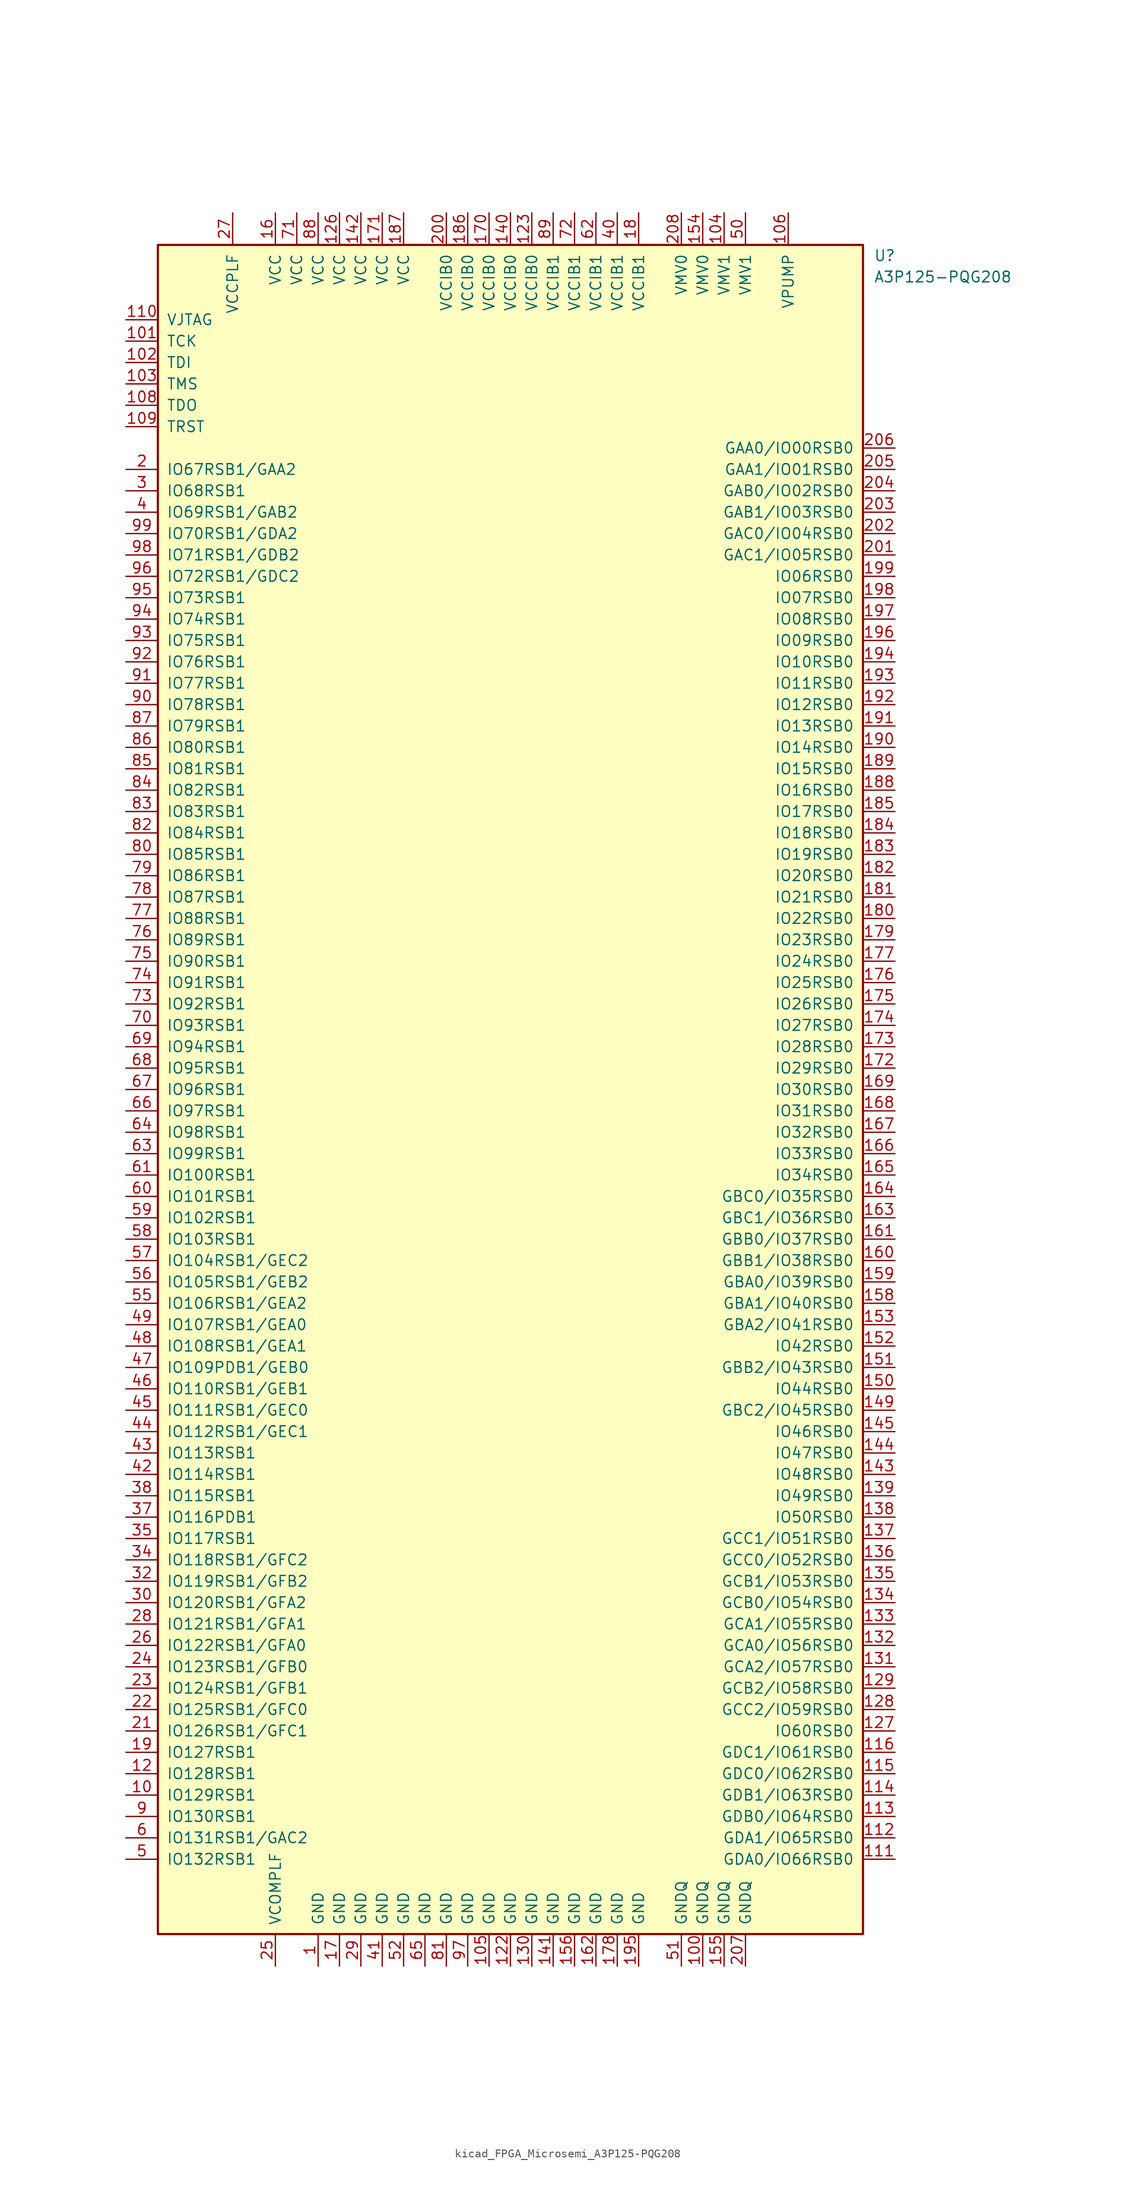
<source format=kicad_sym>
(kicad_symbol_lib
  (version 20220914)
  (generator kicad_symbol_editor)
  (symbol "kicad_FPGA_Microsemi_A3P125-PQG208"
    (pin_names
      (offset 1.016))
    (property "Reference" "U"
      (at 43.18 99.06 0)
      (effects (font (size 1.27 1.27)) (justify left)))
    (property "Value" "A3P125-PQG208"
      (at 43.18 96.52 0)
      (effects (font (size 1.27 1.27)) (justify left)))
    (symbol "kicad_FPGA_Microsemi_A3P125-PQG208_1_0"
      (rectangle (start -41.91 -100.33) (end 41.91 100.33) (stroke (width 0.254) (type default)) (fill (type background))))
    (symbol "kicad_FPGA_Microsemi_A3P125-PQG208_1_1"
      (pin power_in line (at -22.86 -104.14 90) (length 3.81) (name "GND" (effects (font (size 1.27 1.27)))) (number "1" (effects (font (size 1.27 1.27)))))
      (pin bidirectional line (at -45.72 -83.82 0) (length 3.81) (name "IO129RSB1" (effects (font (size 1.27 1.27)))) (number "10" (effects (font (size 1.27 1.27)))))
      (pin power_in line (at 22.86 -104.14 90) (length 3.81) (name "GNDQ" (effects (font (size 1.27 1.27)))) (number "100" (effects (font (size 1.27 1.27)))))
      (pin bidirectional line (at -45.72 88.9 0) (length 3.81) (name "TCK" (effects (font (size 1.27 1.27)))) (number "101" (effects (font (size 1.27 1.27)))))
      (pin bidirectional line (at -45.72 86.36 0) (length 3.81) (name "TDI" (effects (font (size 1.27 1.27)))) (number "102" (effects (font (size 1.27 1.27)))))
      (pin bidirectional line (at -45.72 83.82 0) (length 3.81) (name "TMS" (effects (font (size 1.27 1.27)))) (number "103" (effects (font (size 1.27 1.27)))))
      (pin power_in line (at 25.4 104.14 270) (length 3.81) (name "VMV1" (effects (font (size 1.27 1.27)))) (number "104" (effects (font (size 1.27 1.27)))))
      (pin power_in line (at -2.54 -104.14 90) (length 3.81) (name "GND" (effects (font (size 1.27 1.27)))) (number "105" (effects (font (size 1.27 1.27)))))
      (pin power_in line (at 33.02 104.14 270) (length 3.81) (name "VPUMP" (effects (font (size 1.27 1.27)))) (number "106" (effects (font (size 1.27 1.27)))))
      (pin bidirectional line (at -45.72 81.28 0) (length 3.81) (name "TDO" (effects (font (size 1.27 1.27)))) (number "108" (effects (font (size 1.27 1.27)))))
      (pin bidirectional line (at -45.72 78.74 0) (length 3.81) (name "TRST" (effects (font (size 1.27 1.27)))) (number "109" (effects (font (size 1.27 1.27)))))
      (pin power_in line (at -45.72 91.44 0) (length 3.81) (name "VJTAG" (effects (font (size 1.27 1.27)))) (number "110" (effects (font (size 1.27 1.27)))))
      (pin bidirectional line (at 45.72 -91.44 180) (length 3.81) (name "GDA0/IO66RSB0" (effects (font (size 1.27 1.27)))) (number "111" (effects (font (size 1.27 1.27)))))
      (pin bidirectional line (at 45.72 -88.9 180) (length 3.81) (name "GDA1/IO65RSB0" (effects (font (size 1.27 1.27)))) (number "112" (effects (font (size 1.27 1.27)))))
      (pin bidirectional line (at 45.72 -86.36 180) (length 3.81) (name "GDB0/IO64RSB0" (effects (font (size 1.27 1.27)))) (number "113" (effects (font (size 1.27 1.27)))))
      (pin bidirectional line (at 45.72 -83.82 180) (length 3.81) (name "GDB1/IO63RSB0" (effects (font (size 1.27 1.27)))) (number "114" (effects (font (size 1.27 1.27)))))
      (pin bidirectional line (at 45.72 -81.28 180) (length 3.81) (name "GDC0/IO62RSB0" (effects (font (size 1.27 1.27)))) (number "115" (effects (font (size 1.27 1.27)))))
      (pin bidirectional line (at 45.72 -78.74 180) (length 3.81) (name "GDC1/IO61RSB0" (effects (font (size 1.27 1.27)))) (number "116" (effects (font (size 1.27 1.27)))))
      (pin bidirectional line (at -45.72 -81.28 0) (length 3.81) (name "IO128RSB1" (effects (font (size 1.27 1.27)))) (number "12" (effects (font (size 1.27 1.27)))))
      (pin power_in line (at 0 -104.14 90) (length 3.81) (name "GND" (effects (font (size 1.27 1.27)))) (number "122" (effects (font (size 1.27 1.27)))))
      (pin power_in line (at 2.54 104.14 270) (length 3.81) (name "VCCIB0" (effects (font (size 1.27 1.27)))) (number "123" (effects (font (size 1.27 1.27)))))
      (pin power_in line (at -20.32 104.14 270) (length 3.81) (name "VCC" (effects (font (size 1.27 1.27)))) (number "126" (effects (font (size 1.27 1.27)))))
      (pin bidirectional line (at 45.72 -76.2 180) (length 3.81) (name "IO60RSB0" (effects (font (size 1.27 1.27)))) (number "127" (effects (font (size 1.27 1.27)))))
      (pin bidirectional line (at 45.72 -73.66 180) (length 3.81) (name "GCC2/IO59RSB0" (effects (font (size 1.27 1.27)))) (number "128" (effects (font (size 1.27 1.27)))))
      (pin bidirectional line (at 45.72 -71.12 180) (length 3.81) (name "GCB2/IO58RSB0" (effects (font (size 1.27 1.27)))) (number "129" (effects (font (size 1.27 1.27)))))
      (pin power_in line (at 2.54 -104.14 90) (length 3.81) (name "GND" (effects (font (size 1.27 1.27)))) (number "130" (effects (font (size 1.27 1.27)))))
      (pin bidirectional line (at 45.72 -68.58 180) (length 3.81) (name "GCA2/IO57RSB0" (effects (font (size 1.27 1.27)))) (number "131" (effects (font (size 1.27 1.27)))))
      (pin bidirectional line (at 45.72 -66.04 180) (length 3.81) (name "GCA0/IO56RSB0" (effects (font (size 1.27 1.27)))) (number "132" (effects (font (size 1.27 1.27)))))
      (pin bidirectional line (at 45.72 -63.5 180) (length 3.81) (name "GCA1/IO55RSB0" (effects (font (size 1.27 1.27)))) (number "133" (effects (font (size 1.27 1.27)))))
      (pin bidirectional line (at 45.72 -60.96 180) (length 3.81) (name "GCB0/IO54RSB0" (effects (font (size 1.27 1.27)))) (number "134" (effects (font (size 1.27 1.27)))))
      (pin bidirectional line (at 45.72 -58.42 180) (length 3.81) (name "GCB1/IO53RSB0" (effects (font (size 1.27 1.27)))) (number "135" (effects (font (size 1.27 1.27)))))
      (pin bidirectional line (at 45.72 -55.88 180) (length 3.81) (name "GCC0/IO52RSB0" (effects (font (size 1.27 1.27)))) (number "136" (effects (font (size 1.27 1.27)))))
      (pin bidirectional line (at 45.72 -53.34 180) (length 3.81) (name "GCC1/IO51RSB0" (effects (font (size 1.27 1.27)))) (number "137" (effects (font (size 1.27 1.27)))))
      (pin bidirectional line (at 45.72 -50.8 180) (length 3.81) (name "IO50RSB0" (effects (font (size 1.27 1.27)))) (number "138" (effects (font (size 1.27 1.27)))))
      (pin bidirectional line (at 45.72 -48.26 180) (length 3.81) (name "IO49RSB0" (effects (font (size 1.27 1.27)))) (number "139" (effects (font (size 1.27 1.27)))))
      (pin power_in line (at 0 104.14 270) (length 3.81) (name "VCCIB0" (effects (font (size 1.27 1.27)))) (number "140" (effects (font (size 1.27 1.27)))))
      (pin power_in line (at 5.08 -104.14 90) (length 3.81) (name "GND" (effects (font (size 1.27 1.27)))) (number "141" (effects (font (size 1.27 1.27)))))
      (pin power_in line (at -17.78 104.14 270) (length 3.81) (name "VCC" (effects (font (size 1.27 1.27)))) (number "142" (effects (font (size 1.27 1.27)))))
      (pin bidirectional line (at 45.72 -45.72 180) (length 3.81) (name "IO48RSB0" (effects (font (size 1.27 1.27)))) (number "143" (effects (font (size 1.27 1.27)))))
      (pin bidirectional line (at 45.72 -43.18 180) (length 3.81) (name "IO47RSB0" (effects (font (size 1.27 1.27)))) (number "144" (effects (font (size 1.27 1.27)))))
      (pin bidirectional line (at 45.72 -40.64 180) (length 3.81) (name "IO46RSB0" (effects (font (size 1.27 1.27)))) (number "145" (effects (font (size 1.27 1.27)))))
      (pin bidirectional line (at 45.72 -38.1 180) (length 3.81) (name "GBC2/IO45RSB0" (effects (font (size 1.27 1.27)))) (number "149" (effects (font (size 1.27 1.27)))))
      (pin bidirectional line (at 45.72 -35.56 180) (length 3.81) (name "IO44RSB0" (effects (font (size 1.27 1.27)))) (number "150" (effects (font (size 1.27 1.27)))))
      (pin bidirectional line (at 45.72 -33.02 180) (length 3.81) (name "GBB2/IO43RSB0" (effects (font (size 1.27 1.27)))) (number "151" (effects (font (size 1.27 1.27)))))
      (pin bidirectional line (at 45.72 -30.48 180) (length 3.81) (name "IO42RSB0" (effects (font (size 1.27 1.27)))) (number "152" (effects (font (size 1.27 1.27)))))
      (pin bidirectional line (at 45.72 -27.94 180) (length 3.81) (name "GBA2/IO41RSB0" (effects (font (size 1.27 1.27)))) (number "153" (effects (font (size 1.27 1.27)))))
      (pin power_in line (at 22.86 104.14 270) (length 3.81) (name "VMV0" (effects (font (size 1.27 1.27)))) (number "154" (effects (font (size 1.27 1.27)))))
      (pin power_in line (at 25.4 -104.14 90) (length 3.81) (name "GNDQ" (effects (font (size 1.27 1.27)))) (number "155" (effects (font (size 1.27 1.27)))))
      (pin power_in line (at 7.62 -104.14 90) (length 3.81) (name "GND" (effects (font (size 1.27 1.27)))) (number "156" (effects (font (size 1.27 1.27)))))
      (pin bidirectional line (at 45.72 -25.4 180) (length 3.81) (name "GBA1/IO40RSB0" (effects (font (size 1.27 1.27)))) (number "158" (effects (font (size 1.27 1.27)))))
      (pin bidirectional line (at 45.72 -22.86 180) (length 3.81) (name "GBA0/IO39RSB0" (effects (font (size 1.27 1.27)))) (number "159" (effects (font (size 1.27 1.27)))))
      (pin power_in line (at -27.94 104.14 270) (length 3.81) (name "VCC" (effects (font (size 1.27 1.27)))) (number "16" (effects (font (size 1.27 1.27)))))
      (pin bidirectional line (at 45.72 -20.32 180) (length 3.81) (name "GBB1/IO38RSB0" (effects (font (size 1.27 1.27)))) (number "160" (effects (font (size 1.27 1.27)))))
      (pin bidirectional line (at 45.72 -17.78 180) (length 3.81) (name "GBB0/IO37RSB0" (effects (font (size 1.27 1.27)))) (number "161" (effects (font (size 1.27 1.27)))))
      (pin power_in line (at 10.16 -104.14 90) (length 3.81) (name "GND" (effects (font (size 1.27 1.27)))) (number "162" (effects (font (size 1.27 1.27)))))
      (pin bidirectional line (at 45.72 -15.24 180) (length 3.81) (name "GBC1/IO36RSB0" (effects (font (size 1.27 1.27)))) (number "163" (effects (font (size 1.27 1.27)))))
      (pin bidirectional line (at 45.72 -12.7 180) (length 3.81) (name "GBC0/IO35RSB0" (effects (font (size 1.27 1.27)))) (number "164" (effects (font (size 1.27 1.27)))))
      (pin bidirectional line (at 45.72 -10.16 180) (length 3.81) (name "IO34RSB0" (effects (font (size 1.27 1.27)))) (number "165" (effects (font (size 1.27 1.27)))))
      (pin bidirectional line (at 45.72 -7.62 180) (length 3.81) (name "IO33RSB0" (effects (font (size 1.27 1.27)))) (number "166" (effects (font (size 1.27 1.27)))))
      (pin bidirectional line (at 45.72 -5.08 180) (length 3.81) (name "IO32RSB0" (effects (font (size 1.27 1.27)))) (number "167" (effects (font (size 1.27 1.27)))))
      (pin bidirectional line (at 45.72 -2.54 180) (length 3.81) (name "IO31RSB0" (effects (font (size 1.27 1.27)))) (number "168" (effects (font (size 1.27 1.27)))))
      (pin bidirectional line (at 45.72 0 180) (length 3.81) (name "IO30RSB0" (effects (font (size 1.27 1.27)))) (number "169" (effects (font (size 1.27 1.27)))))
      (pin power_in line (at -20.32 -104.14 90) (length 3.81) (name "GND" (effects (font (size 1.27 1.27)))) (number "17" (effects (font (size 1.27 1.27)))))
      (pin power_in line (at -2.54 104.14 270) (length 3.81) (name "VCCIB0" (effects (font (size 1.27 1.27)))) (number "170" (effects (font (size 1.27 1.27)))))
      (pin power_in line (at -15.24 104.14 270) (length 3.81) (name "VCC" (effects (font (size 1.27 1.27)))) (number "171" (effects (font (size 1.27 1.27)))))
      (pin bidirectional line (at 45.72 2.54 180) (length 3.81) (name "IO29RSB0" (effects (font (size 1.27 1.27)))) (number "172" (effects (font (size 1.27 1.27)))))
      (pin bidirectional line (at 45.72 5.08 180) (length 3.81) (name "IO28RSB0" (effects (font (size 1.27 1.27)))) (number "173" (effects (font (size 1.27 1.27)))))
      (pin bidirectional line (at 45.72 7.62 180) (length 3.81) (name "IO27RSB0" (effects (font (size 1.27 1.27)))) (number "174" (effects (font (size 1.27 1.27)))))
      (pin bidirectional line (at 45.72 10.16 180) (length 3.81) (name "IO26RSB0" (effects (font (size 1.27 1.27)))) (number "175" (effects (font (size 1.27 1.27)))))
      (pin bidirectional line (at 45.72 12.7 180) (length 3.81) (name "IO25RSB0" (effects (font (size 1.27 1.27)))) (number "176" (effects (font (size 1.27 1.27)))))
      (pin bidirectional line (at 45.72 15.24 180) (length 3.81) (name "IO24RSB0" (effects (font (size 1.27 1.27)))) (number "177" (effects (font (size 1.27 1.27)))))
      (pin power_in line (at 12.7 -104.14 90) (length 3.81) (name "GND" (effects (font (size 1.27 1.27)))) (number "178" (effects (font (size 1.27 1.27)))))
      (pin bidirectional line (at 45.72 17.78 180) (length 3.81) (name "IO23RSB0" (effects (font (size 1.27 1.27)))) (number "179" (effects (font (size 1.27 1.27)))))
      (pin power_in line (at 15.24 104.14 270) (length 3.81) (name "VCCIB1" (effects (font (size 1.27 1.27)))) (number "18" (effects (font (size 1.27 1.27)))))
      (pin bidirectional line (at 45.72 20.32 180) (length 3.81) (name "IO22RSB0" (effects (font (size 1.27 1.27)))) (number "180" (effects (font (size 1.27 1.27)))))
      (pin bidirectional line (at 45.72 22.86 180) (length 3.81) (name "IO21RSB0" (effects (font (size 1.27 1.27)))) (number "181" (effects (font (size 1.27 1.27)))))
      (pin bidirectional line (at 45.72 25.4 180) (length 3.81) (name "IO20RSB0" (effects (font (size 1.27 1.27)))) (number "182" (effects (font (size 1.27 1.27)))))
      (pin bidirectional line (at 45.72 27.94 180) (length 3.81) (name "IO19RSB0" (effects (font (size 1.27 1.27)))) (number "183" (effects (font (size 1.27 1.27)))))
      (pin bidirectional line (at 45.72 30.48 180) (length 3.81) (name "IO18RSB0" (effects (font (size 1.27 1.27)))) (number "184" (effects (font (size 1.27 1.27)))))
      (pin bidirectional line (at 45.72 33.02 180) (length 3.81) (name "IO17RSB0" (effects (font (size 1.27 1.27)))) (number "185" (effects (font (size 1.27 1.27)))))
      (pin power_in line (at -5.08 104.14 270) (length 3.81) (name "VCCIB0" (effects (font (size 1.27 1.27)))) (number "186" (effects (font (size 1.27 1.27)))))
      (pin power_in line (at -12.7 104.14 270) (length 3.81) (name "VCC" (effects (font (size 1.27 1.27)))) (number "187" (effects (font (size 1.27 1.27)))))
      (pin bidirectional line (at 45.72 35.56 180) (length 3.81) (name "IO16RSB0" (effects (font (size 1.27 1.27)))) (number "188" (effects (font (size 1.27 1.27)))))
      (pin bidirectional line (at 45.72 38.1 180) (length 3.81) (name "IO15RSB0" (effects (font (size 1.27 1.27)))) (number "189" (effects (font (size 1.27 1.27)))))
      (pin bidirectional line (at -45.72 -78.74 0) (length 3.81) (name "IO127RSB1" (effects (font (size 1.27 1.27)))) (number "19" (effects (font (size 1.27 1.27)))))
      (pin bidirectional line (at 45.72 40.64 180) (length 3.81) (name "IO14RSB0" (effects (font (size 1.27 1.27)))) (number "190" (effects (font (size 1.27 1.27)))))
      (pin bidirectional line (at 45.72 43.18 180) (length 3.81) (name "IO13RSB0" (effects (font (size 1.27 1.27)))) (number "191" (effects (font (size 1.27 1.27)))))
      (pin bidirectional line (at 45.72 45.72 180) (length 3.81) (name "IO12RSB0" (effects (font (size 1.27 1.27)))) (number "192" (effects (font (size 1.27 1.27)))))
      (pin bidirectional line (at 45.72 48.26 180) (length 3.81) (name "IO11RSB0" (effects (font (size 1.27 1.27)))) (number "193" (effects (font (size 1.27 1.27)))))
      (pin bidirectional line (at 45.72 50.8 180) (length 3.81) (name "IO10RSB0" (effects (font (size 1.27 1.27)))) (number "194" (effects (font (size 1.27 1.27)))))
      (pin power_in line (at 15.24 -104.14 90) (length 3.81) (name "GND" (effects (font (size 1.27 1.27)))) (number "195" (effects (font (size 1.27 1.27)))))
      (pin bidirectional line (at 45.72 53.34 180) (length 3.81) (name "IO09RSB0" (effects (font (size 1.27 1.27)))) (number "196" (effects (font (size 1.27 1.27)))))
      (pin bidirectional line (at 45.72 55.88 180) (length 3.81) (name "IO08RSB0" (effects (font (size 1.27 1.27)))) (number "197" (effects (font (size 1.27 1.27)))))
      (pin bidirectional line (at 45.72 58.42 180) (length 3.81) (name "IO07RSB0" (effects (font (size 1.27 1.27)))) (number "198" (effects (font (size 1.27 1.27)))))
      (pin bidirectional line (at 45.72 60.96 180) (length 3.81) (name "IO06RSB0" (effects (font (size 1.27 1.27)))) (number "199" (effects (font (size 1.27 1.27)))))
      (pin bidirectional line (at -45.72 73.66 0) (length 3.81) (name "IO67RSB1/GAA2" (effects (font (size 1.27 1.27)))) (number "2" (effects (font (size 1.27 1.27)))))
      (pin power_in line (at -7.62 104.14 270) (length 3.81) (name "VCCIB0" (effects (font (size 1.27 1.27)))) (number "200" (effects (font (size 1.27 1.27)))))
      (pin bidirectional line (at 45.72 63.5 180) (length 3.81) (name "GAC1/IO05RSB0" (effects (font (size 1.27 1.27)))) (number "201" (effects (font (size 1.27 1.27)))))
      (pin bidirectional line (at 45.72 66.04 180) (length 3.81) (name "GAC0/IO04RSB0" (effects (font (size 1.27 1.27)))) (number "202" (effects (font (size 1.27 1.27)))))
      (pin bidirectional line (at 45.72 68.58 180) (length 3.81) (name "GAB1/IO03RSB0" (effects (font (size 1.27 1.27)))) (number "203" (effects (font (size 1.27 1.27)))))
      (pin bidirectional line (at 45.72 71.12 180) (length 3.81) (name "GAB0/IO02RSB0" (effects (font (size 1.27 1.27)))) (number "204" (effects (font (size 1.27 1.27)))))
      (pin bidirectional line (at 45.72 73.66 180) (length 3.81) (name "GAA1/IO01RSB0" (effects (font (size 1.27 1.27)))) (number "205" (effects (font (size 1.27 1.27)))))
      (pin bidirectional line (at 45.72 76.2 180) (length 3.81) (name "GAA0/IO00RSB0" (effects (font (size 1.27 1.27)))) (number "206" (effects (font (size 1.27 1.27)))))
      (pin power_in line (at 27.94 -104.14 90) (length 3.81) (name "GNDQ" (effects (font (size 1.27 1.27)))) (number "207" (effects (font (size 1.27 1.27)))))
      (pin power_in line (at 20.32 104.14 270) (length 3.81) (name "VMV0" (effects (font (size 1.27 1.27)))) (number "208" (effects (font (size 1.27 1.27)))))
      (pin bidirectional line (at -45.72 -76.2 0) (length 3.81) (name "IO126RSB1/GFC1" (effects (font (size 1.27 1.27)))) (number "21" (effects (font (size 1.27 1.27)))))
      (pin bidirectional line (at -45.72 -73.66 0) (length 3.81) (name "IO125RSB1/GFC0" (effects (font (size 1.27 1.27)))) (number "22" (effects (font (size 1.27 1.27)))))
      (pin bidirectional line (at -45.72 -71.12 0) (length 3.81) (name "IO124RSB1/GFB1" (effects (font (size 1.27 1.27)))) (number "23" (effects (font (size 1.27 1.27)))))
      (pin bidirectional line (at -45.72 -68.58 0) (length 3.81) (name "IO123RSB1/GFB0" (effects (font (size 1.27 1.27)))) (number "24" (effects (font (size 1.27 1.27)))))
      (pin power_in line (at -27.94 -104.14 90) (length 3.81) (name "VCOMPLF" (effects (font (size 1.27 1.27)))) (number "25" (effects (font (size 1.27 1.27)))))
      (pin bidirectional line (at -45.72 -66.04 0) (length 3.81) (name "IO122RSB1/GFA0" (effects (font (size 1.27 1.27)))) (number "26" (effects (font (size 1.27 1.27)))))
      (pin power_in line (at -33.02 104.14 270) (length 3.81) (name "VCCPLF" (effects (font (size 1.27 1.27)))) (number "27" (effects (font (size 1.27 1.27)))))
      (pin bidirectional line (at -45.72 -63.5 0) (length 3.81) (name "IO121RSB1/GFA1" (effects (font (size 1.27 1.27)))) (number "28" (effects (font (size 1.27 1.27)))))
      (pin power_in line (at -17.78 -104.14 90) (length 3.81) (name "GND" (effects (font (size 1.27 1.27)))) (number "29" (effects (font (size 1.27 1.27)))))
      (pin bidirectional line (at -45.72 71.12 0) (length 3.81) (name "IO68RSB1" (effects (font (size 1.27 1.27)))) (number "3" (effects (font (size 1.27 1.27)))))
      (pin bidirectional line (at -45.72 -60.96 0) (length 3.81) (name "IO120RSB1/GFA2" (effects (font (size 1.27 1.27)))) (number "30" (effects (font (size 1.27 1.27)))))
      (pin bidirectional line (at -45.72 -58.42 0) (length 3.81) (name "IO119RSB1/GFB2" (effects (font (size 1.27 1.27)))) (number "32" (effects (font (size 1.27 1.27)))))
      (pin bidirectional line (at -45.72 -55.88 0) (length 3.81) (name "IO118RSB1/GFC2" (effects (font (size 1.27 1.27)))) (number "34" (effects (font (size 1.27 1.27)))))
      (pin bidirectional line (at -45.72 -53.34 0) (length 3.81) (name "IO117RSB1" (effects (font (size 1.27 1.27)))) (number "35" (effects (font (size 1.27 1.27)))))
      (pin bidirectional line (at -45.72 -50.8 0) (length 3.81) (name "IO116PDB1" (effects (font (size 1.27 1.27)))) (number "37" (effects (font (size 1.27 1.27)))))
      (pin bidirectional line (at -45.72 -48.26 0) (length 3.81) (name "IO115RSB1" (effects (font (size 1.27 1.27)))) (number "38" (effects (font (size 1.27 1.27)))))
      (pin bidirectional line (at -45.72 68.58 0) (length 3.81) (name "IO69RSB1/GAB2" (effects (font (size 1.27 1.27)))) (number "4" (effects (font (size 1.27 1.27)))))
      (pin power_in line (at 12.7 104.14 270) (length 3.81) (name "VCCIB1" (effects (font (size 1.27 1.27)))) (number "40" (effects (font (size 1.27 1.27)))))
      (pin power_in line (at -15.24 -104.14 90) (length 3.81) (name "GND" (effects (font (size 1.27 1.27)))) (number "41" (effects (font (size 1.27 1.27)))))
      (pin bidirectional line (at -45.72 -45.72 0) (length 3.81) (name "IO114RSB1" (effects (font (size 1.27 1.27)))) (number "42" (effects (font (size 1.27 1.27)))))
      (pin bidirectional line (at -45.72 -43.18 0) (length 3.81) (name "IO113RSB1" (effects (font (size 1.27 1.27)))) (number "43" (effects (font (size 1.27 1.27)))))
      (pin bidirectional line (at -45.72 -40.64 0) (length 3.81) (name "IO112RSB1/GEC1" (effects (font (size 1.27 1.27)))) (number "44" (effects (font (size 1.27 1.27)))))
      (pin bidirectional line (at -45.72 -38.1 0) (length 3.81) (name "IO111RSB1/GEC0" (effects (font (size 1.27 1.27)))) (number "45" (effects (font (size 1.27 1.27)))))
      (pin bidirectional line (at -45.72 -35.56 0) (length 3.81) (name "IO110RSB1/GEB1" (effects (font (size 1.27 1.27)))) (number "46" (effects (font (size 1.27 1.27)))))
      (pin bidirectional line (at -45.72 -33.02 0) (length 3.81) (name "IO109PDB1/GEB0" (effects (font (size 1.27 1.27)))) (number "47" (effects (font (size 1.27 1.27)))))
      (pin bidirectional line (at -45.72 -30.48 0) (length 3.81) (name "IO108RSB1/GEA1" (effects (font (size 1.27 1.27)))) (number "48" (effects (font (size 1.27 1.27)))))
      (pin bidirectional line (at -45.72 -27.94 0) (length 3.81) (name "IO107RSB1/GEA0" (effects (font (size 1.27 1.27)))) (number "49" (effects (font (size 1.27 1.27)))))
      (pin bidirectional line (at -45.72 -91.44 0) (length 3.81) (name "IO132RSB1" (effects (font (size 1.27 1.27)))) (number "5" (effects (font (size 1.27 1.27)))))
      (pin power_in line (at 27.94 104.14 270) (length 3.81) (name "VMV1" (effects (font (size 1.27 1.27)))) (number "50" (effects (font (size 1.27 1.27)))))
      (pin power_in line (at 20.32 -104.14 90) (length 3.81) (name "GNDQ" (effects (font (size 1.27 1.27)))) (number "51" (effects (font (size 1.27 1.27)))))
      (pin power_in line (at -12.7 -104.14 90) (length 3.81) (name "GND" (effects (font (size 1.27 1.27)))) (number "52" (effects (font (size 1.27 1.27)))))
      (pin bidirectional line (at -45.72 -25.4 0) (length 3.81) (name "IO106RSB1/GEA2" (effects (font (size 1.27 1.27)))) (number "55" (effects (font (size 1.27 1.27)))))
      (pin bidirectional line (at -45.72 -22.86 0) (length 3.81) (name "IO105RSB1/GEB2" (effects (font (size 1.27 1.27)))) (number "56" (effects (font (size 1.27 1.27)))))
      (pin bidirectional line (at -45.72 -20.32 0) (length 3.81) (name "IO104RSB1/GEC2" (effects (font (size 1.27 1.27)))) (number "57" (effects (font (size 1.27 1.27)))))
      (pin bidirectional line (at -45.72 -17.78 0) (length 3.81) (name "IO103RSB1" (effects (font (size 1.27 1.27)))) (number "58" (effects (font (size 1.27 1.27)))))
      (pin bidirectional line (at -45.72 -15.24 0) (length 3.81) (name "IO102RSB1" (effects (font (size 1.27 1.27)))) (number "59" (effects (font (size 1.27 1.27)))))
      (pin bidirectional line (at -45.72 -88.9 0) (length 3.81) (name "IO131RSB1/GAC2" (effects (font (size 1.27 1.27)))) (number "6" (effects (font (size 1.27 1.27)))))
      (pin bidirectional line (at -45.72 -12.7 0) (length 3.81) (name "IO101RSB1" (effects (font (size 1.27 1.27)))) (number "60" (effects (font (size 1.27 1.27)))))
      (pin bidirectional line (at -45.72 -10.16 0) (length 3.81) (name "IO100RSB1" (effects (font (size 1.27 1.27)))) (number "61" (effects (font (size 1.27 1.27)))))
      (pin power_in line (at 10.16 104.14 270) (length 3.81) (name "VCCIB1" (effects (font (size 1.27 1.27)))) (number "62" (effects (font (size 1.27 1.27)))))
      (pin bidirectional line (at -45.72 -7.62 0) (length 3.81) (name "IO99RSB1" (effects (font (size 1.27 1.27)))) (number "63" (effects (font (size 1.27 1.27)))))
      (pin bidirectional line (at -45.72 -5.08 0) (length 3.81) (name "IO98RSB1" (effects (font (size 1.27 1.27)))) (number "64" (effects (font (size 1.27 1.27)))))
      (pin power_in line (at -10.16 -104.14 90) (length 3.81) (name "GND" (effects (font (size 1.27 1.27)))) (number "65" (effects (font (size 1.27 1.27)))))
      (pin bidirectional line (at -45.72 -2.54 0) (length 3.81) (name "IO97RSB1" (effects (font (size 1.27 1.27)))) (number "66" (effects (font (size 1.27 1.27)))))
      (pin bidirectional line (at -45.72 0 0) (length 3.81) (name "IO96RSB1" (effects (font (size 1.27 1.27)))) (number "67" (effects (font (size 1.27 1.27)))))
      (pin bidirectional line (at -45.72 2.54 0) (length 3.81) (name "IO95RSB1" (effects (font (size 1.27 1.27)))) (number "68" (effects (font (size 1.27 1.27)))))
      (pin bidirectional line (at -45.72 5.08 0) (length 3.81) (name "IO94RSB1" (effects (font (size 1.27 1.27)))) (number "69" (effects (font (size 1.27 1.27)))))
      (pin bidirectional line (at -45.72 7.62 0) (length 3.81) (name "IO93RSB1" (effects (font (size 1.27 1.27)))) (number "70" (effects (font (size 1.27 1.27)))))
      (pin power_in line (at -25.4 104.14 270) (length 3.81) (name "VCC" (effects (font (size 1.27 1.27)))) (number "71" (effects (font (size 1.27 1.27)))))
      (pin power_in line (at 7.62 104.14 270) (length 3.81) (name "VCCIB1" (effects (font (size 1.27 1.27)))) (number "72" (effects (font (size 1.27 1.27)))))
      (pin bidirectional line (at -45.72 10.16 0) (length 3.81) (name "IO92RSB1" (effects (font (size 1.27 1.27)))) (number "73" (effects (font (size 1.27 1.27)))))
      (pin bidirectional line (at -45.72 12.7 0) (length 3.81) (name "IO91RSB1" (effects (font (size 1.27 1.27)))) (number "74" (effects (font (size 1.27 1.27)))))
      (pin bidirectional line (at -45.72 15.24 0) (length 3.81) (name "IO90RSB1" (effects (font (size 1.27 1.27)))) (number "75" (effects (font (size 1.27 1.27)))))
      (pin bidirectional line (at -45.72 17.78 0) (length 3.81) (name "IO89RSB1" (effects (font (size 1.27 1.27)))) (number "76" (effects (font (size 1.27 1.27)))))
      (pin bidirectional line (at -45.72 20.32 0) (length 3.81) (name "IO88RSB1" (effects (font (size 1.27 1.27)))) (number "77" (effects (font (size 1.27 1.27)))))
      (pin bidirectional line (at -45.72 22.86 0) (length 3.81) (name "IO87RSB1" (effects (font (size 1.27 1.27)))) (number "78" (effects (font (size 1.27 1.27)))))
      (pin bidirectional line (at -45.72 25.4 0) (length 3.81) (name "IO86RSB1" (effects (font (size 1.27 1.27)))) (number "79" (effects (font (size 1.27 1.27)))))
      (pin bidirectional line (at -45.72 27.94 0) (length 3.81) (name "IO85RSB1" (effects (font (size 1.27 1.27)))) (number "80" (effects (font (size 1.27 1.27)))))
      (pin power_in line (at -7.62 -104.14 90) (length 3.81) (name "GND" (effects (font (size 1.27 1.27)))) (number "81" (effects (font (size 1.27 1.27)))))
      (pin bidirectional line (at -45.72 30.48 0) (length 3.81) (name "IO84RSB1" (effects (font (size 1.27 1.27)))) (number "82" (effects (font (size 1.27 1.27)))))
      (pin bidirectional line (at -45.72 33.02 0) (length 3.81) (name "IO83RSB1" (effects (font (size 1.27 1.27)))) (number "83" (effects (font (size 1.27 1.27)))))
      (pin bidirectional line (at -45.72 35.56 0) (length 3.81) (name "IO82RSB1" (effects (font (size 1.27 1.27)))) (number "84" (effects (font (size 1.27 1.27)))))
      (pin bidirectional line (at -45.72 38.1 0) (length 3.81) (name "IO81RSB1" (effects (font (size 1.27 1.27)))) (number "85" (effects (font (size 1.27 1.27)))))
      (pin bidirectional line (at -45.72 40.64 0) (length 3.81) (name "IO80RSB1" (effects (font (size 1.27 1.27)))) (number "86" (effects (font (size 1.27 1.27)))))
      (pin bidirectional line (at -45.72 43.18 0) (length 3.81) (name "IO79RSB1" (effects (font (size 1.27 1.27)))) (number "87" (effects (font (size 1.27 1.27)))))
      (pin power_in line (at -22.86 104.14 270) (length 3.81) (name "VCC" (effects (font (size 1.27 1.27)))) (number "88" (effects (font (size 1.27 1.27)))))
      (pin power_in line (at 5.08 104.14 270) (length 3.81) (name "VCCIB1" (effects (font (size 1.27 1.27)))) (number "89" (effects (font (size 1.27 1.27)))))
      (pin bidirectional line (at -45.72 -86.36 0) (length 3.81) (name "IO130RSB1" (effects (font (size 1.27 1.27)))) (number "9" (effects (font (size 1.27 1.27)))))
      (pin bidirectional line (at -45.72 45.72 0) (length 3.81) (name "IO78RSB1" (effects (font (size 1.27 1.27)))) (number "90" (effects (font (size 1.27 1.27)))))
      (pin bidirectional line (at -45.72 48.26 0) (length 3.81) (name "IO77RSB1" (effects (font (size 1.27 1.27)))) (number "91" (effects (font (size 1.27 1.27)))))
      (pin bidirectional line (at -45.72 50.8 0) (length 3.81) (name "IO76RSB1" (effects (font (size 1.27 1.27)))) (number "92" (effects (font (size 1.27 1.27)))))
      (pin bidirectional line (at -45.72 53.34 0) (length 3.81) (name "IO75RSB1" (effects (font (size 1.27 1.27)))) (number "93" (effects (font (size 1.27 1.27)))))
      (pin bidirectional line (at -45.72 55.88 0) (length 3.81) (name "IO74RSB1" (effects (font (size 1.27 1.27)))) (number "94" (effects (font (size 1.27 1.27)))))
      (pin bidirectional line (at -45.72 58.42 0) (length 3.81) (name "IO73RSB1" (effects (font (size 1.27 1.27)))) (number "95" (effects (font (size 1.27 1.27)))))
      (pin bidirectional line (at -45.72 60.96 0) (length 3.81) (name "IO72RSB1/GDC2" (effects (font (size 1.27 1.27)))) (number "96" (effects (font (size 1.27 1.27)))))
      (pin power_in line (at -5.08 -104.14 90) (length 3.81) (name "GND" (effects (font (size 1.27 1.27)))) (number "97" (effects (font (size 1.27 1.27)))))
      (pin bidirectional line (at -45.72 63.5 0) (length 3.81) (name "IO71RSB1/GDB2" (effects (font (size 1.27 1.27)))) (number "98" (effects (font (size 1.27 1.27)))))
      (pin bidirectional line (at -45.72 66.04 0) (length 3.81) (name "IO70RSB1/GDA2" (effects (font (size 1.27 1.27)))) (number "99" (effects (font (size 1.27 1.27))))))))
</source>
